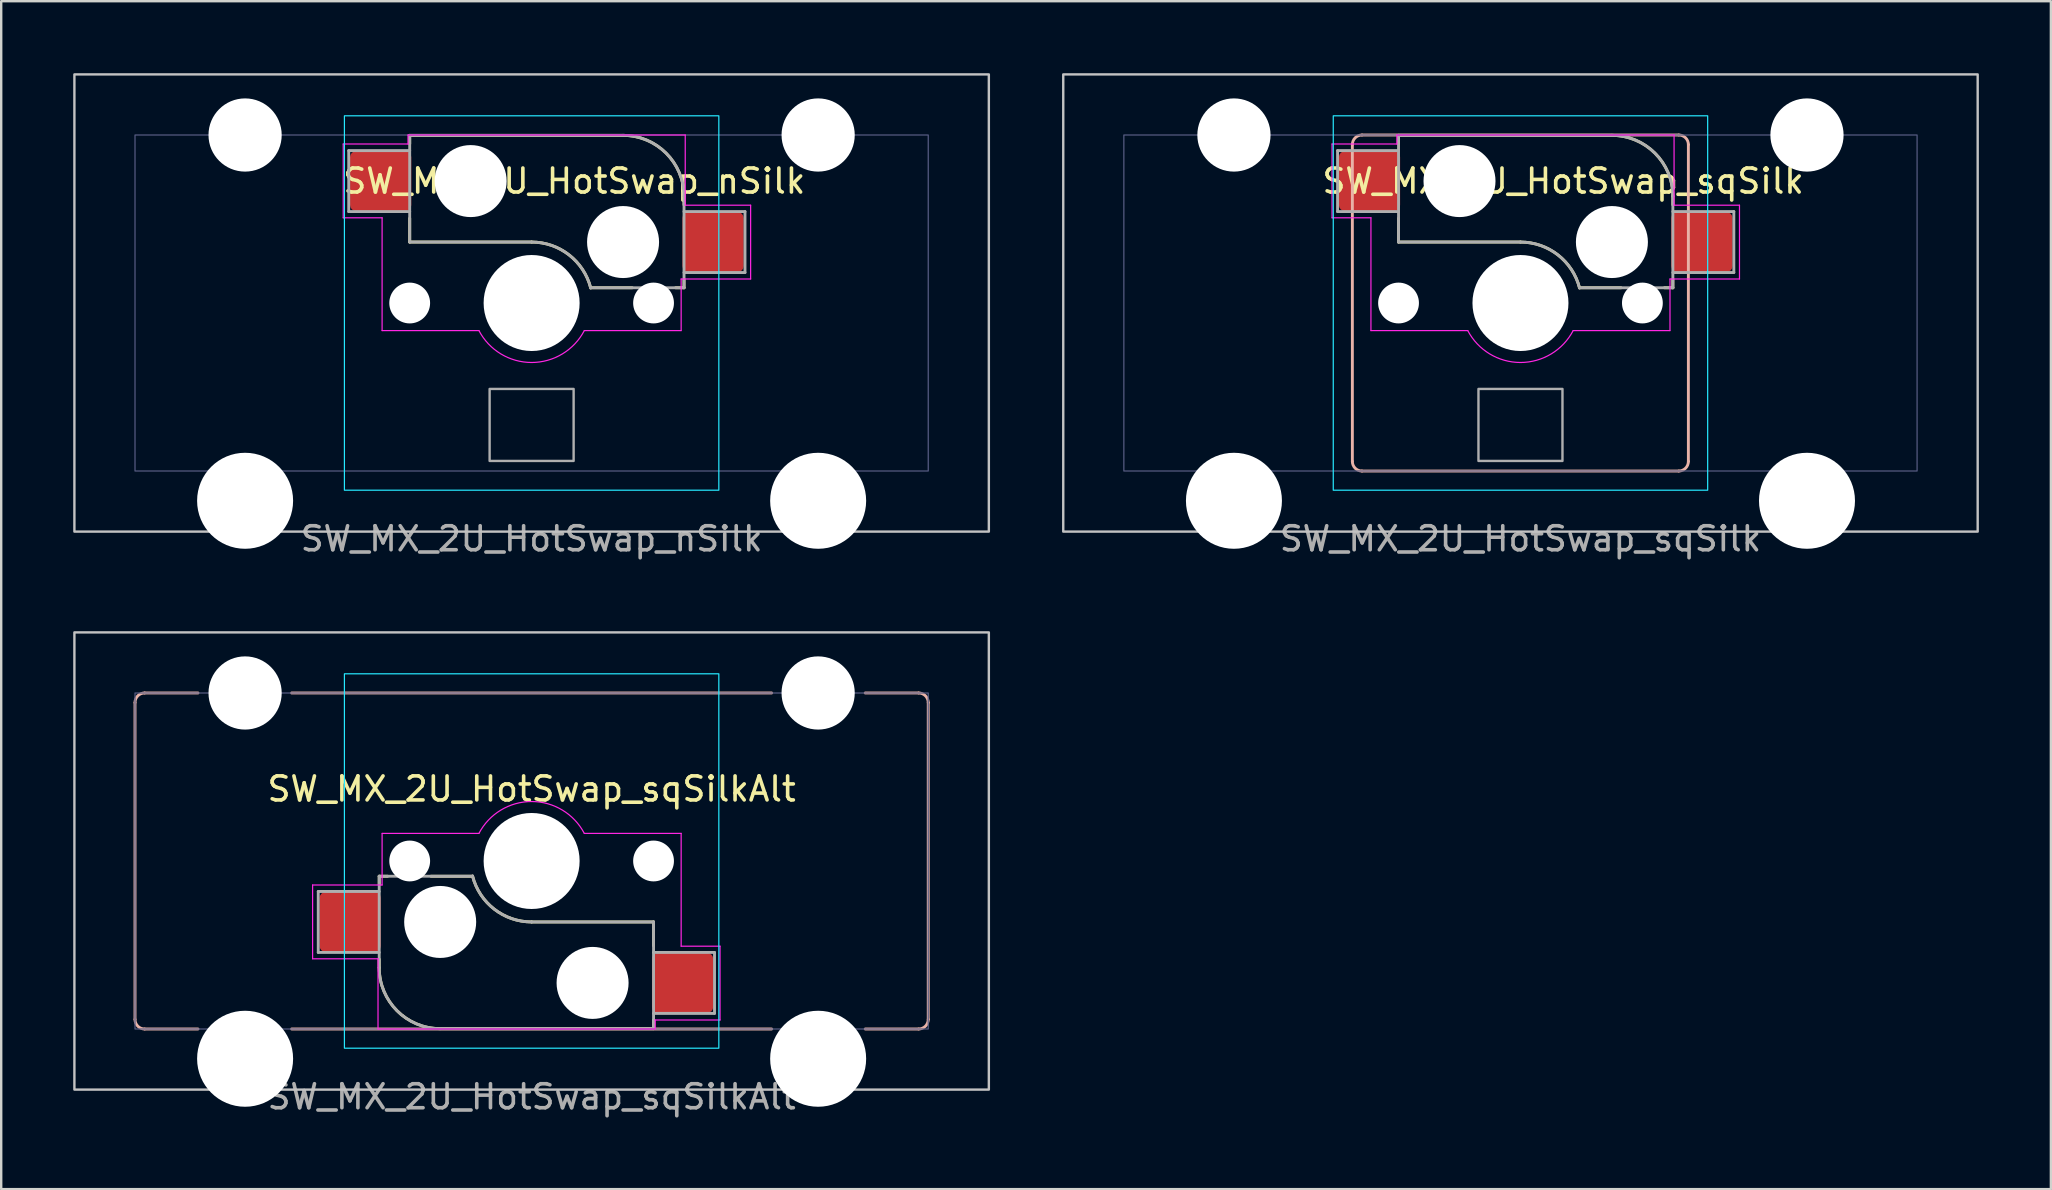
<source format=kicad_pcb>
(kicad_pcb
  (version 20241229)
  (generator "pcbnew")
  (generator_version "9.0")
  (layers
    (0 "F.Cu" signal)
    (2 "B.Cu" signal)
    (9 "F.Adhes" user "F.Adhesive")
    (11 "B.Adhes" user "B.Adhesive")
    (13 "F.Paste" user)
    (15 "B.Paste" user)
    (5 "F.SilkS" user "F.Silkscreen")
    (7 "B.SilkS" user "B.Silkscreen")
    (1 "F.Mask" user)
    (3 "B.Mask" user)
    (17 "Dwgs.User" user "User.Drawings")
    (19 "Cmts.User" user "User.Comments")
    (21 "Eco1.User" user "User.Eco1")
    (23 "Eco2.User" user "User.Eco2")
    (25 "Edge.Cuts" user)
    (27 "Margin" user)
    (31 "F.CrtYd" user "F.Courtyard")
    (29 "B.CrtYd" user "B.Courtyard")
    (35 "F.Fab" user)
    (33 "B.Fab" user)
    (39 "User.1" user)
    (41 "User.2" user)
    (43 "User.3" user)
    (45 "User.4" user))
  (footprint "SW_MX_2U_HotSwap_sqSilk"
    (layer "F.Cu")
    (at 60.3 9.575)
    (property "Reference" "SW_MX_2U_HotSwap_sqSilk" (at 1.778 -5.08 180) (layer "F.SilkS") (effects (font (size 1 1) (thickness 0.15))))
    (attr smd)
    (fp_line (start -5.08 -6.985) (end -5.08 -6.63) (stroke (width 0.12) (type solid)) (layer "F.SilkS"))
    (fp_line (start -5.08 -2.54) (end -5.08 -3.53) (stroke (width 0.12) (type default)) (layer "F.SilkS"))
    (fp_line (start -5.08 -2.54) (end 0 -2.54) (stroke (width 0.12) (type solid)) (layer "F.SilkS"))
    (fp_line (start 2.464 -0.635) (end 4.191 -0.635) (stroke (width 0.12) (type solid)) (layer "F.SilkS"))
    (fp_line (start 3.81 -6.985) (end -5.08 -6.985) (stroke (width 0.12) (type solid)) (layer "F.SilkS"))
    (fp_line (start 6 -0.635) (end 6.35 -0.635) (stroke (width 0.12) (type solid)) (layer "F.SilkS"))
    (fp_line (start 6.35 -4.445) (end 6.35 -4.09) (stroke (width 0.12) (type solid)) (layer "F.SilkS"))
    (fp_line (start 6.35 -0.99) (end 6.35 -0.635) (stroke (width 0.12) (type solid)) (layer "F.SilkS"))
    (fp_arc (start 0 -2.539998) (mid 1.555901 -2.007676) (end 2.459645 -0.633834) (stroke (width 0.12) (type default)) (layer "F.SilkS"))
    (fp_arc (start 3.81 -6.984998) (mid 5.606051 -6.241049) (end 6.35 -4.444998) (stroke (width 0.12) (type solid)) (layer "F.SilkS"))
    (fp_line (start -7.004 -6.6) (end -7.004 6.6) (stroke (width 0.12) (type default)) (layer "B.SilkS"))
    (fp_line (start -6.604 7) (end 6.596 7) (stroke (width 0.12) (type default)) (layer "B.SilkS"))
    (fp_line (start 6.596 -7) (end -6.604 -7) (stroke (width 0.12) (type default)) (layer "B.SilkS"))
    (fp_line (start 6.996 6.6) (end 6.996 -6.6) (stroke (width 0.12) (type default)) (layer "B.SilkS"))
    (fp_arc (start -7.004 -6.599998) (mid -6.886843 -6.882841) (end -6.604 -6.999998) (stroke (width 0.12) (type default)) (layer "B.SilkS"))
    (fp_arc (start -6.604 7.000002) (mid -6.886843 6.882845) (end -7.004 6.600002) (stroke (width 0.12) (type default)) (layer "B.SilkS"))
    (fp_arc (start 6.596 -6.999998) (mid 6.878842 -6.882841) (end 6.996 -6.599998) (stroke (width 0.12) (type default)) (layer "B.SilkS"))
    (fp_arc (start 6.996 6.600002) (mid 6.878842 6.882844) (end 6.596 7.000002) (stroke (width 0.12) (type default)) (layer "B.SilkS"))
    (fp_rect (start -19.05 -9.525) (end 19.05 9.525) (stroke (width 0.1) (type default)) (fill no) (layer "Dwgs.User"))
    (fp_rect (start -7.8 -7.8) (end 7.8 7.8) (stroke (width 0.05) (type default)) (fill no) (layer "B.CrtYd"))
    (fp_line (start -7.85 -6.625) (end -5.15 -6.625) (stroke (width 0.05) (type default)) (layer "F.CrtYd"))
    (fp_line (start -7.85 -3.55) (end -7.85 -6.625) (stroke (width 0.05) (type default)) (layer "F.CrtYd"))
    (fp_line (start -6.23 -3.55) (end -7.85 -3.55) (stroke (width 0.05) (type default)) (layer "F.CrtYd"))
    (fp_line (start -6.23 1.15) (end -6.23 -3.55) (stroke (width 0.05) (type default)) (layer "F.CrtYd"))
    (fp_line (start -6.23 1.15) (end -2.195 1.15) (stroke (width 0.05) (type default)) (layer "F.CrtYd"))
    (fp_line (start -5.15 -7) (end 6.4 -7) (stroke (width 0.05) (type default)) (layer "F.CrtYd"))
    (fp_line (start -5.15 -6.625) (end -5.15 -7) (stroke (width 0.05) (type default)) (layer "F.CrtYd"))
    (fp_line (start 2.195 1.15) (end 6.225 1.15) (stroke (width 0.05) (type default)) (layer "F.CrtYd"))
    (fp_line (start 6.23 -1) (end 9.125 -1) (stroke (width 0.05) (type default)) (layer "F.CrtYd"))
    (fp_line (start 6.23 1.15) (end 6.23 -1) (stroke (width 0.05) (type default)) (layer "F.CrtYd"))
    (fp_line (start 6.4 -4.075) (end 6.4 -7) (stroke (width 0.05) (type default)) (layer "F.CrtYd"))
    (fp_line (start 9.125 -4.075) (end 6.4 -4.075) (stroke (width 0.05) (type default)) (layer "F.CrtYd"))
    (fp_line (start 9.125 -1) (end 9.125 -4.075) (stroke (width 0.05) (type default)) (layer "F.CrtYd"))
    (fp_arc (start 2.195 1.150001) (mid 0.000001 2.47801) (end -2.194999 1.150003) (stroke (width 0.05) (type default)) (layer "F.CrtYd"))
    (fp_rect (start -16.525 -7) (end 16.525 7) (stroke (width 0.05) (type default)) (fill no) (layer "B.Fab"))
    (fp_line (start -7.62 -6.35) (end -7.62 -3.81) (stroke (width 0.12) (type solid)) (layer "F.Fab"))
    (fp_line (start -7.62 -3.81) (end -5.08 -3.81) (stroke (width 0.12) (type solid)) (layer "F.Fab"))
    (fp_line (start -5.08 -6.985) (end -5.08 -2.54) (stroke (width 0.12) (type solid)) (layer "F.Fab"))
    (fp_line (start -5.08 -6.35) (end -7.62 -6.35) (stroke (width 0.12) (type solid)) (layer "F.Fab"))
    (fp_line (start -5.08 -2.54) (end 0 -2.54) (stroke (width 0.12) (type solid)) (layer "F.Fab"))
    (fp_line (start 3.81 -6.985) (end -5.08 -6.985) (stroke (width 0.12) (type solid)) (layer "F.Fab"))
    (fp_line (start 6.35 -1.27) (end 8.89 -1.27) (stroke (width 0.12) (type solid)) (layer "F.Fab"))
    (fp_line (start 6.35 -0.635) (end 2.54 -0.635) (stroke (width 0.12) (type solid)) (layer "F.Fab"))
    (fp_line (start 6.35 -0.635) (end 6.35 -4.445) (stroke (width 0.12) (type solid)) (layer "F.Fab"))
    (fp_line (start 8.89 -3.81) (end 6.35 -3.81) (stroke (width 0.12) (type solid)) (layer "F.Fab"))
    (fp_line (start 8.89 -1.27) (end 8.89 -3.81) (stroke (width 0.12) (type solid)) (layer "F.Fab"))
    (fp_rect (start -1.75 3.58) (end 1.75 6.58) (stroke (width 0.1) (type default)) (fill no) (layer "F.Fab"))
    (fp_arc (start 0 -2.539998) (mid 1.563147 -2.00204) (end 2.464162 -0.616038) (stroke (width 0.12) (type solid)) (layer "F.Fab"))
    (fp_arc (start 3.81 -6.984998) (mid 5.606051 -6.241049) (end 6.35 -4.444998) (stroke (width 0.12) (type solid)) (layer "F.Fab"))
    (fp_text user "${REFERENCE}" (at 0 9.825 0) (layer "F.Fab") (effects (font (size 1 1) (thickness 0.15))))
    (pad "" np_thru_hole circle (at -11.938 -7 180) (size 3.05 3.05) (drill 3.05) (layers "*.Cu" "*.Mask"))
    (pad "" np_thru_hole circle (at -11.938 8.24 180) (size 4 4) (drill 4) (layers "*.Cu" "*.Mask"))
    (pad "" np_thru_hole circle (at -5.08 0.000002 180) (size 1.7 1.7) (drill 1.7) (layers "*.Cu" "*.Mask"))
    (pad "" np_thru_hole circle (at -2.54 -5.08) (size 3 3) (drill 3) (layers "*.Cu" "*.Mask"))
    (pad "" np_thru_hole circle (at 0 0.000002 180) (size 4 4) (drill 4) (layers "*.Cu" "*.Mask"))
    (pad "" np_thru_hole circle (at 3.81 -2.54) (size 3 3) (drill 3) (layers "*.Cu" "*.Mask"))
    (pad "" np_thru_hole circle (at 5.08 0.000002 180) (size 1.7 1.7) (drill 1.7) (layers "*.Cu" "*.Mask"))
    (pad "" np_thru_hole circle (at 11.938 -7 180) (size 3.05 3.05) (drill 3.05) (layers "*.Cu" "*.Mask"))
    (pad "" np_thru_hole circle (at 11.938 8.24 180) (size 4 4) (drill 4) (layers "*.Cu" "*.Mask"))
    (pad "1" smd roundrect (at 7.56 -2.54) (size 2.55 2.5) (layers "F.Cu" "F.Mask" "F.Paste") (roundrect_rratio 0.1))
    (pad "2" smd roundrect (at -6.29 -5.08) (size 2.55 2.5) (layers "F.Cu" "F.Mask" "F.Paste") (roundrect_rratio 0.1)))
  (footprint "SW_MX_2U_HotSwap_sqSilkAlt"
    (layer "F.Cu")
    (at 19.1 32.823)
    (property "Reference" "SW_MX_2U_HotSwap_sqSilkAlt" (at 0 -3 0) (unlocked yes) (layer "F.SilkS") (effects (font (size 1 1) (thickness 0.15))))
    (attr smd)
    (fp_line (start -6.35 0.99) (end -6.35 0.635) (stroke (width 0.12) (type solid)) (layer "F.SilkS"))
    (fp_line (start -6.35 4.445) (end -6.35 4.09) (stroke (width 0.12) (type solid)) (layer "F.SilkS"))
    (fp_line (start -6 0.635) (end -6.35 0.635) (stroke (width 0.12) (type solid)) (layer "F.SilkS"))
    (fp_line (start -3.81 6.985) (end 5.08 6.985) (stroke (width 0.12) (type solid)) (layer "F.SilkS"))
    (fp_line (start -2.464 0.635) (end -4.191 0.635) (stroke (width 0.12) (type solid)) (layer "F.SilkS"))
    (fp_line (start 5.08 2.54) (end 0 2.54) (stroke (width 0.12) (type solid)) (layer "F.SilkS"))
    (fp_line (start 5.08 2.54) (end 5.08 3.53) (stroke (width 0.12) (type default)) (layer "F.SilkS"))
    (fp_line (start 5.08 6.985) (end 5.08 6.63) (stroke (width 0.12) (type solid)) (layer "F.SilkS"))
    (fp_arc (start -3.81 6.985) (mid -5.606051 6.241051) (end -6.35 4.445) (stroke (width 0.12) (type solid)) (layer "F.SilkS"))
    (fp_arc (start 0 2.54) (mid -1.555901 2.007678) (end -2.459645 0.633836) (stroke (width 0.12) (type default)) (layer "F.SilkS"))
    (fp_line (start -16.525 -6.6) (end -16.525 6.6) (stroke (width 0.12) (type default)) (layer "B.SilkS"))
    (fp_line (start -16.125 7) (end -13.9 7) (stroke (width 0.12) (type default)) (layer "B.SilkS"))
    (fp_line (start -13.9 -7) (end -16.125 -7) (stroke (width 0.12) (type default)) (layer "B.SilkS"))
    (fp_line (start -10 -7) (end 10 -7) (stroke (width 0.12) (type default)) (layer "B.SilkS"))
    (fp_line (start -10 7) (end 10 7) (stroke (width 0.12) (type default)) (layer "B.SilkS"))
    (fp_line (start 13.9 7) (end 16.125 7) (stroke (width 0.12) (type default)) (layer "B.SilkS"))
    (fp_line (start 16.125 -7) (end 13.9 -7) (stroke (width 0.12) (type default)) (layer "B.SilkS"))
    (fp_line (start 16.525 6.6) (end 16.525 -6.6) (stroke (width 0.12) (type default)) (layer "B.SilkS"))
    (fp_arc (start -16.525 -6.6) (mid -16.407843 -6.882843) (end -16.125 -7) (stroke (width 0.12) (type default)) (layer "B.SilkS"))
    (fp_arc (start -16.125 7) (mid -16.407843 6.882843) (end -16.525 6.6) (stroke (width 0.12) (type default)) (layer "B.SilkS"))
    (fp_arc (start 16.125 -7) (mid 16.407843 -6.882843) (end 16.525 -6.6) (stroke (width 0.12) (type default)) (layer "B.SilkS"))
    (fp_arc (start 16.525 6.6) (mid 16.407843 6.882843) (end 16.125 7) (stroke (width 0.12) (type default)) (layer "B.SilkS"))
    (fp_rect (start -19.05 -9.525) (end 19.05 9.525) (stroke (width 0.1) (type default)) (fill no) (layer "Dwgs.User"))
    (fp_rect (start -7.8 -7.8) (end 7.8 7.8) (stroke (width 0.05) (type default)) (fill no) (layer "B.CrtYd"))
    (fp_line (start -9.125 1) (end -9.125 4.075) (stroke (width 0.05) (type default)) (layer "F.CrtYd"))
    (fp_line (start -9.125 4.075) (end -6.4 4.075) (stroke (width 0.05) (type default)) (layer "F.CrtYd"))
    (fp_line (start -6.4 4.075) (end -6.4 7) (stroke (width 0.05) (type default)) (layer "F.CrtYd"))
    (fp_line (start -6.23 -1.15) (end -6.23 1) (stroke (width 0.05) (type default)) (layer "F.CrtYd"))
    (fp_line (start -6.23 1) (end -9.125 1) (stroke (width 0.05) (type default)) (layer "F.CrtYd"))
    (fp_line (start -2.195 -1.15) (end -6.225 -1.15) (stroke (width 0.05) (type default)) (layer "F.CrtYd"))
    (fp_line (start 5.15 6.625) (end 5.15 7) (stroke (width 0.05) (type default)) (layer "F.CrtYd"))
    (fp_line (start 5.15 7) (end -6.4 7) (stroke (width 0.05) (type default)) (layer "F.CrtYd"))
    (fp_line (start 6.23 -1.15) (end 2.195 -1.15) (stroke (width 0.05) (type default)) (layer "F.CrtYd"))
    (fp_line (start 6.23 -1.15) (end 6.23 3.55) (stroke (width 0.05) (type default)) (layer "F.CrtYd"))
    (fp_line (start 6.23 3.55) (end 7.85 3.55) (stroke (width 0.05) (type default)) (layer "F.CrtYd"))
    (fp_line (start 7.85 3.55) (end 7.85 6.625) (stroke (width 0.05) (type default)) (layer "F.CrtYd"))
    (fp_line (start 7.85 6.625) (end 5.15 6.625) (stroke (width 0.05) (type default)) (layer "F.CrtYd"))
    (fp_arc (start -2.195 -1.149999) (mid -0.000001 -2.478008) (end 2.194999 -1.150001) (stroke (width 0.05) (type default)) (layer "F.CrtYd"))
    (fp_rect (start -16.525 -7) (end 16.525 7) (stroke (width 0.05) (type default)) (fill no) (layer "B.Fab"))
    (fp_line (start -8.89 1.27) (end -8.89 3.81) (stroke (width 0.12) (type solid)) (layer "F.Fab"))
    (fp_line (start -8.89 3.81) (end -6.35 3.81) (stroke (width 0.12) (type solid)) (layer "F.Fab"))
    (fp_line (start -6.35 0.635) (end -6.35 4.445) (stroke (width 0.12) (type solid)) (layer "F.Fab"))
    (fp_line (start -6.35 0.635) (end -2.54 0.635) (stroke (width 0.12) (type solid)) (layer "F.Fab"))
    (fp_line (start -6.35 1.27) (end -8.89 1.27) (stroke (width 0.12) (type solid)) (layer "F.Fab"))
    (fp_line (start -3.81 6.985) (end 5.08 6.985) (stroke (width 0.12) (type solid)) (layer "F.Fab"))
    (fp_line (start 5.08 2.54) (end 0 2.54) (stroke (width 0.12) (type solid)) (layer "F.Fab"))
    (fp_line (start 5.08 6.35) (end 7.62 6.35) (stroke (width 0.12) (type solid)) (layer "F.Fab"))
    (fp_line (start 5.08 6.985) (end 5.08 2.54) (stroke (width 0.12) (type solid)) (layer "F.Fab"))
    (fp_line (start 7.62 3.81) (end 5.08 3.81) (stroke (width 0.12) (type solid)) (layer "F.Fab"))
    (fp_line (start 7.62 6.35) (end 7.62 3.81) (stroke (width 0.12) (type solid)) (layer "F.Fab"))
    (fp_arc (start -3.81 6.985) (mid -5.606051 6.241051) (end -6.35 4.445) (stroke (width 0.12) (type solid)) (layer "F.Fab"))
    (fp_arc (start 0 2.54) (mid -1.563147 2.002042) (end -2.464162 0.61604) (stroke (width 0.12) (type solid)) (layer "F.Fab"))
    (fp_text user "${REFERENCE}" (at 0 9.825 0) (layer "F.Fab") (effects (font (size 1 1) (thickness 0.15))))
    (pad "" np_thru_hole circle (at -11.938 -7) (size 3.05 3.05) (drill 3.05) (layers "*.Cu" "*.Mask"))
    (pad "" np_thru_hole circle (at -11.938 8.24) (size 4 4) (drill 4) (layers "*.Cu" "*.Mask"))
    (pad "" np_thru_hole circle (at -5.08 0) (size 1.7 1.7) (drill 1.7) (layers "*.Cu" "*.Mask"))
    (pad "" np_thru_hole circle (at -3.81 2.54 180) (size 3 3) (drill 3) (layers "*.Cu" "*.Mask"))
    (pad "" np_thru_hole circle (at 0 0) (size 4 4) (drill 4) (layers "*.Cu" "*.Mask"))
    (pad "" np_thru_hole circle (at 2.54 5.08 180) (size 3 3) (drill 3) (layers "*.Cu" "*.Mask"))
    (pad "" np_thru_hole circle (at 5.08 0) (size 1.7 1.7) (drill 1.7) (layers "*.Cu" "*.Mask"))
    (pad "" np_thru_hole circle (at 11.938 -7) (size 3.05 3.05) (drill 3.05) (layers "*.Cu" "*.Mask"))
    (pad "" np_thru_hole circle (at 11.938 8.24) (size 4 4) (drill 4) (layers "*.Cu" "*.Mask"))
    (pad "1" smd roundrect (at -7.56 2.54 180) (size 2.55 2.5) (layers "F.Cu" "F.Mask" "F.Paste") (roundrect_rratio 0.1))
    (pad "2" smd roundrect (at 6.29 5.08 180) (size 2.55 2.5) (layers "F.Cu" "F.Mask" "F.Paste") (roundrect_rratio 0.1)))
  (footprint "SW_MX_2U_HotSwap_nSilk"
    (layer "F.Cu")
    (at 19.1 9.575)
    (property "Reference" "SW_MX_2U_HotSwap_nSilk" (at 1.778 -5.08 180) (layer "F.SilkS") (effects (font (size 1 1) (thickness 0.15))))
    (attr smd)
    (fp_line (start -5.08 -6.985) (end -5.08 -6.63) (stroke (width 0.12) (type solid)) (layer "F.SilkS"))
    (fp_line (start -5.08 -2.54) (end -5.08 -3.53) (stroke (width 0.12) (type default)) (layer "F.SilkS"))
    (fp_line (start -5.08 -2.54) (end 0 -2.54) (stroke (width 0.12) (type solid)) (layer "F.SilkS"))
    (fp_line (start 2.464 -0.635) (end 4.191 -0.635) (stroke (width 0.12) (type solid)) (layer "F.SilkS"))
    (fp_line (start 3.81 -6.985) (end -5.08 -6.985) (stroke (width 0.12) (type solid)) (layer "F.SilkS"))
    (fp_line (start 6 -0.635) (end 6.35 -0.635) (stroke (width 0.12) (type solid)) (layer "F.SilkS"))
    (fp_line (start 6.35 -4.445) (end 6.35 -4.09) (stroke (width 0.12) (type solid)) (layer "F.SilkS"))
    (fp_line (start 6.35 -0.99) (end 6.35 -0.635) (stroke (width 0.12) (type solid)) (layer "F.SilkS"))
    (fp_arc (start 0 -2.539998) (mid 1.555901 -2.007676) (end 2.459645 -0.633834) (stroke (width 0.12) (type default)) (layer "F.SilkS"))
    (fp_arc (start 3.81 -6.984998) (mid 5.606051 -6.241049) (end 6.35 -4.444998) (stroke (width 0.12) (type solid)) (layer "F.SilkS"))
    (fp_rect (start -19.05 -9.525) (end 19.05 9.525) (stroke (width 0.1) (type default)) (fill no) (layer "Dwgs.User"))
    (fp_rect (start -7.8 -7.8) (end 7.8 7.8) (stroke (width 0.05) (type default)) (fill no) (layer "B.CrtYd"))
    (fp_line (start -7.85 -6.625) (end -5.15 -6.625) (stroke (width 0.05) (type default)) (layer "F.CrtYd"))
    (fp_line (start -7.85 -3.55) (end -7.85 -6.625) (stroke (width 0.05) (type default)) (layer "F.CrtYd"))
    (fp_line (start -6.23 -3.55) (end -7.85 -3.55) (stroke (width 0.05) (type default)) (layer "F.CrtYd"))
    (fp_line (start -6.23 1.15) (end -6.23 -3.55) (stroke (width 0.05) (type default)) (layer "F.CrtYd"))
    (fp_line (start -6.23 1.15) (end -2.195 1.15) (stroke (width 0.05) (type default)) (layer "F.CrtYd"))
    (fp_line (start -5.15 -7) (end 6.4 -7) (stroke (width 0.05) (type default)) (layer "F.CrtYd"))
    (fp_line (start -5.15 -6.625) (end -5.15 -7) (stroke (width 0.05) (type default)) (layer "F.CrtYd"))
    (fp_line (start 2.195 1.15) (end 6.225 1.15) (stroke (width 0.05) (type default)) (layer "F.CrtYd"))
    (fp_line (start 6.23 -1) (end 9.125 -1) (stroke (width 0.05) (type default)) (layer "F.CrtYd"))
    (fp_line (start 6.23 1.15) (end 6.23 -1) (stroke (width 0.05) (type default)) (layer "F.CrtYd"))
    (fp_line (start 6.4 -4.075) (end 6.4 -7) (stroke (width 0.05) (type default)) (layer "F.CrtYd"))
    (fp_line (start 9.125 -4.075) (end 6.4 -4.075) (stroke (width 0.05) (type default)) (layer "F.CrtYd"))
    (fp_line (start 9.125 -1) (end 9.125 -4.075) (stroke (width 0.05) (type default)) (layer "F.CrtYd"))
    (fp_arc (start 2.195 1.150001) (mid 0.000001 2.47801) (end -2.194999 1.150003) (stroke (width 0.05) (type default)) (layer "F.CrtYd"))
    (fp_rect (start -16.525 -7) (end 16.525 7) (stroke (width 0.05) (type default)) (fill no) (layer "B.Fab"))
    (fp_line (start -7.62 -6.35) (end -7.62 -3.81) (stroke (width 0.12) (type solid)) (layer "F.Fab"))
    (fp_line (start -7.62 -3.81) (end -5.08 -3.81) (stroke (width 0.12) (type solid)) (layer "F.Fab"))
    (fp_line (start -5.08 -6.985) (end -5.08 -2.54) (stroke (width 0.12) (type solid)) (layer "F.Fab"))
    (fp_line (start -5.08 -6.35) (end -7.62 -6.35) (stroke (width 0.12) (type solid)) (layer "F.Fab"))
    (fp_line (start -5.08 -2.54) (end 0 -2.54) (stroke (width 0.12) (type solid)) (layer "F.Fab"))
    (fp_line (start 3.81 -6.985) (end -5.08 -6.985) (stroke (width 0.12) (type solid)) (layer "F.Fab"))
    (fp_line (start 6.35 -1.27) (end 8.89 -1.27) (stroke (width 0.12) (type solid)) (layer "F.Fab"))
    (fp_line (start 6.35 -0.635) (end 2.54 -0.635) (stroke (width 0.12) (type solid)) (layer "F.Fab"))
    (fp_line (start 6.35 -0.635) (end 6.35 -4.445) (stroke (width 0.12) (type solid)) (layer "F.Fab"))
    (fp_line (start 8.89 -3.81) (end 6.35 -3.81) (stroke (width 0.12) (type solid)) (layer "F.Fab"))
    (fp_line (start 8.89 -1.27) (end 8.89 -3.81) (stroke (width 0.12) (type solid)) (layer "F.Fab"))
    (fp_rect (start -1.75 3.58) (end 1.75 6.58) (stroke (width 0.1) (type default)) (fill no) (layer "F.Fab"))
    (fp_arc (start 0 -2.539998) (mid 1.563147 -2.00204) (end 2.464162 -0.616038) (stroke (width 0.12) (type solid)) (layer "F.Fab"))
    (fp_arc (start 3.81 -6.984998) (mid 5.606051 -6.241049) (end 6.35 -4.444998) (stroke (width 0.12) (type solid)) (layer "F.Fab"))
    (fp_text user "${REFERENCE}" (at 0 9.825 0) (layer "F.Fab") (effects (font (size 1 1) (thickness 0.15))))
    (pad "" np_thru_hole circle (at -11.938 -7 180) (size 3.05 3.05) (drill 3.05) (layers "*.Cu" "*.Mask"))
    (pad "" np_thru_hole circle (at -11.938 8.24 180) (size 4 4) (drill 4) (layers "*.Cu" "*.Mask"))
    (pad "" np_thru_hole circle (at -5.08 0.000002 180) (size 1.7 1.7) (drill 1.7) (layers "*.Cu" "*.Mask"))
    (pad "" np_thru_hole circle (at -2.54 -5.08) (size 3 3) (drill 3) (layers "*.Cu" "*.Mask"))
    (pad "" np_thru_hole circle (at 0 0.000002 180) (size 4 4) (drill 4) (layers "*.Cu" "*.Mask"))
    (pad "" np_thru_hole circle (at 3.81 -2.54) (size 3 3) (drill 3) (layers "*.Cu" "*.Mask"))
    (pad "" np_thru_hole circle (at 5.08 0.000002 180) (size 1.7 1.7) (drill 1.7) (layers "*.Cu" "*.Mask"))
    (pad "" np_thru_hole circle (at 11.938 -7 180) (size 3.05 3.05) (drill 3.05) (layers "*.Cu" "*.Mask"))
    (pad "" np_thru_hole circle (at 11.938 8.24 180) (size 4 4) (drill 4) (layers "*.Cu" "*.Mask"))
    (pad "1" smd roundrect (at 7.56 -2.54) (size 2.55 2.5) (layers "F.Cu" "F.Mask" "F.Paste") (roundrect_rratio 0.1))
    (pad "2" smd roundrect (at -6.29 -5.08) (size 2.55 2.5) (layers "F.Cu" "F.Mask" "F.Paste") (roundrect_rratio 0.1)))
  (gr_rect
    (start -3 -3)
    (end 82.4 46.496)
    (stroke (width 0.1) (type default))
    (fill no)
    (layer "Edge.Cuts")))
</source>
